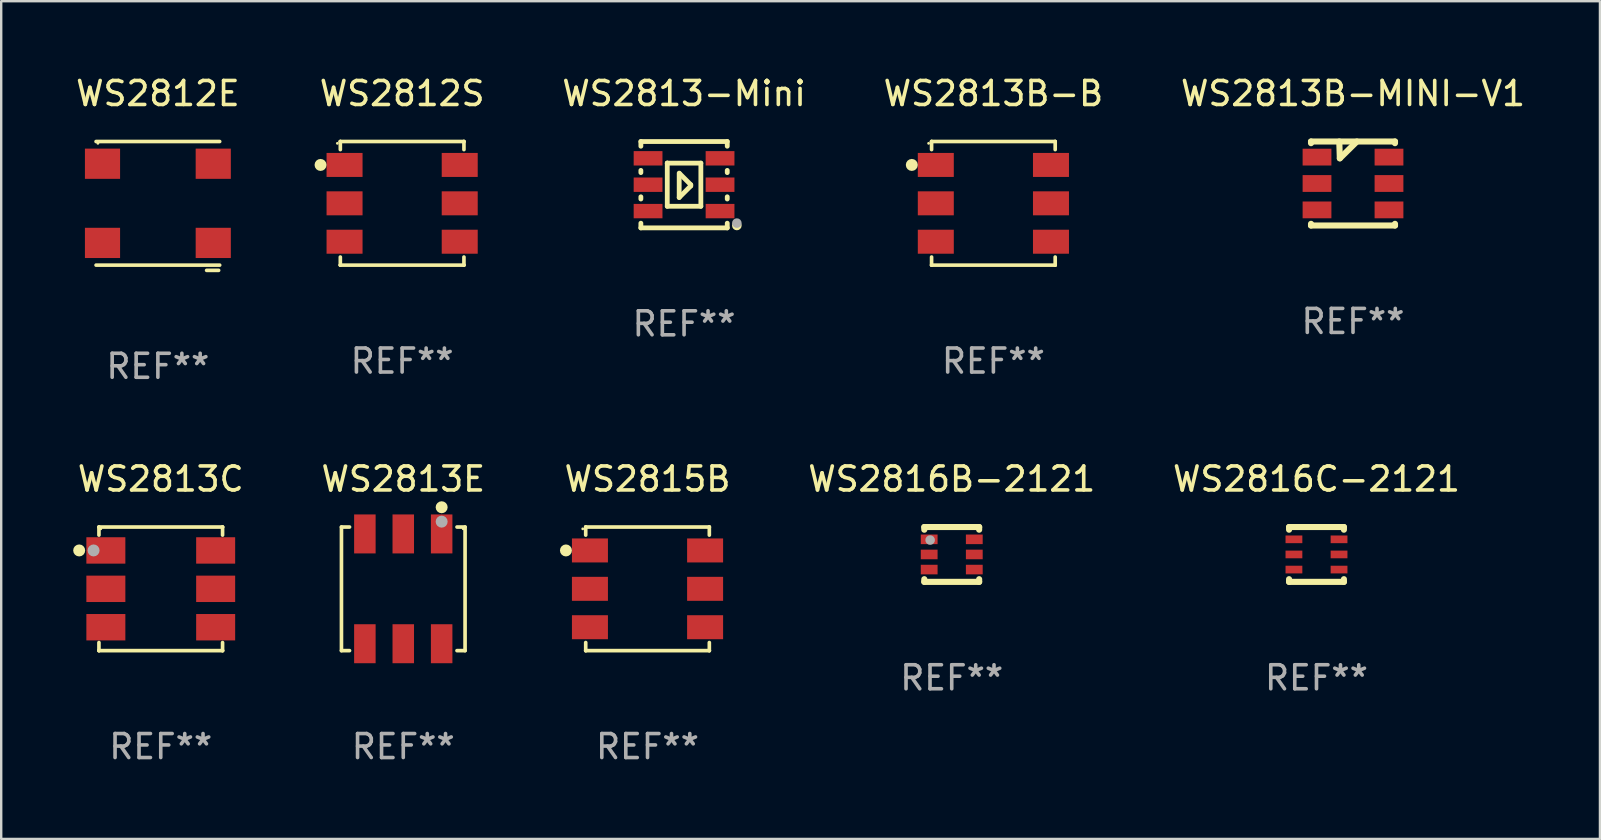
<source format=kicad_pcb>
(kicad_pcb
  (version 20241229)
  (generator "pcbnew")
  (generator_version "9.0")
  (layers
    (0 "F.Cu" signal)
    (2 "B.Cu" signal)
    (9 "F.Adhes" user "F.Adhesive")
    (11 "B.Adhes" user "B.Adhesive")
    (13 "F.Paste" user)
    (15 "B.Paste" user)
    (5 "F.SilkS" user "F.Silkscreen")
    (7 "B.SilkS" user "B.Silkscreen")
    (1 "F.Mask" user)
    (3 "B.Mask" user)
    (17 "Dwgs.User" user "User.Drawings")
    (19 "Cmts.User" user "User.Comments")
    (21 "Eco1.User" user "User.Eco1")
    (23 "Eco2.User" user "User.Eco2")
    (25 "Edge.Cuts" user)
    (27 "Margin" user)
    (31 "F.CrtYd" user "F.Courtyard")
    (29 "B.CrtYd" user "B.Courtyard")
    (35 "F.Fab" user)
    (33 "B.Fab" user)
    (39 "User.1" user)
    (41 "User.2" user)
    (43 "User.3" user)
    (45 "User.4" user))
  (footprint "WS2815B"
    (layer "F.Cu")
    (at 23.937 21.491)
    (property "Reference" "WS2815B" (at 0 -4.576 0) (layer "F.SilkS") (effects (font (size 1 1) (thickness 0.15))))
    (attr through_hole)
    (fp_line (start -2.576 -2.576) (end -2.576 -2.576) (stroke (width 0.152) (type solid)) (layer "F.SilkS"))
    (fp_line (start -2.576 -2.576) (end 2.576 -2.576) (stroke (width 0.152) (type solid)) (layer "F.SilkS"))
    (fp_line (start -2.576 -2.239) (end -2.576 -2.576) (stroke (width 0.152) (type solid)) (layer "F.SilkS"))
    (fp_line (start -2.576 2.239) (end -2.576 2.576) (stroke (width 0.152) (type solid)) (layer "F.SilkS"))
    (fp_line (start -2.576 2.576) (end -2.576 2.576) (stroke (width 0.152) (type solid)) (layer "F.SilkS"))
    (fp_line (start -2.576 2.576) (end 2.576 2.576) (stroke (width 0.152) (type solid)) (layer "F.SilkS"))
    (fp_line (start 2.576 -2.576) (end 2.576 -2.576) (stroke (width 0.152) (type solid)) (layer "F.SilkS"))
    (fp_line (start 2.576 -2.576) (end 2.576 -2.239) (stroke (width 0.152) (type solid)) (layer "F.SilkS"))
    (fp_line (start 2.576 2.576) (end 2.576 2.239) (stroke (width 0.152) (type solid)) (layer "F.SilkS"))
    (fp_line (start 2.576 2.576) (end 2.576 2.576) (stroke (width 0.152) (type solid)) (layer "F.SilkS"))
    (fp_circle (center -3.4 -1.6) (end -3.275 -1.6) (stroke (width 0.25) (type solid)) (fill no) (layer "F.SilkS"))
    (fp_circle (center -2.7 -2.5) (end -2.67 -2.5) (stroke (width 0.06) (type solid)) (fill no) (layer "F.SilkS"))
    (fp_text user "REF**" (at 0 6.576 0) (layer "F.Fab") (effects (font (size 1 1) (thickness 0.15))))
    (pad "1" smd rect (at -2.4 -1.6) (size 1.5 1) (layers "F.Cu" "F.Mask" "F.Paste"))
    (pad "2" smd rect (at -2.4 0) (size 1.5 1) (layers "F.Cu" "F.Mask" "F.Paste"))
    (pad "3" smd rect (at -2.4 1.6) (size 1.5 1) (layers "F.Cu" "F.Mask" "F.Paste"))
    (pad "4" smd rect (at 2.4 1.6) (size 1.5 1) (layers "F.Cu" "F.Mask" "F.Paste"))
    (pad "5" smd rect (at 2.4 0) (size 1.5 1) (layers "F.Cu" "F.Mask" "F.Paste"))
    (pad "6" smd rect (at 2.4 -1.6) (size 1.5 1) (layers "F.Cu" "F.Mask" "F.Paste")))
  (footprint "WS2813B-MINI-V1"
    (layer "F.Cu")
    (at 53.34 4.598)
    (property "Reference" "WS2813B-MINI-V1" (at 0 -3.75 0) (layer "F.SilkS") (effects (font (size 1 1) (thickness 0.15))))
    (attr through_hole)
    (fp_line (start -1.75 -1.681) (end -1.75 -1.75) (stroke (width 0.254) (type solid)) (layer "F.SilkS"))
    (fp_line (start -1.75 1.75) (end -1.75 1.681) (stroke (width 0.254) (type solid)) (layer "F.SilkS"))
    (fp_line (start -1.75 1.75) (end 1.75 1.75) (stroke (width 0.254) (type solid)) (layer "F.SilkS"))
    (fp_line (start -0.572 -1.75) (end -0.549 -1.049) (stroke (width 0.254) (type solid)) (layer "F.SilkS"))
    (fp_line (start -0.549 -1.049) (end 0.162 -1.75) (stroke (width 0.254) (type solid)) (layer "F.SilkS"))
    (fp_line (start 1.75 -1.75) (end -1.75 -1.75) (stroke (width 0.254) (type solid)) (layer "F.SilkS"))
    (fp_line (start 1.75 -1.75) (end 1.75 -1.681) (stroke (width 0.254) (type solid)) (layer "F.SilkS"))
    (fp_line (start 1.75 1.681) (end 1.75 1.75) (stroke (width 0.254) (type solid)) (layer "F.SilkS"))
    (fp_circle (center -1.75 -1.75) (end -1.72 -1.75) (stroke (width 0.06) (type solid)) (fill no) (layer "F.SilkS"))
    (fp_text user "REF**" (at 0 5.75 0) (layer "F.Fab") (effects (font (size 1 1) (thickness 0.15))))
    (pad "1" smd rect (at -1.5 -1.1) (size 1.2 0.7) (layers "F.Cu" "F.Mask" "F.Paste"))
    (pad "2" smd rect (at -1.5 0.000025) (size 1.2 0.7) (layers "F.Cu" "F.Mask" "F.Paste"))
    (pad "3" smd rect (at -1.5 1.1) (size 1.2 0.7) (layers "F.Cu" "F.Mask" "F.Paste"))
    (pad "4" smd rect (at 1.5 1.1) (size 1.2 0.7) (layers "F.Cu" "F.Mask" "F.Paste"))
    (pad "5" smd rect (at 1.5 0.000025) (size 1.2 0.7) (layers "F.Cu" "F.Mask" "F.Paste"))
    (pad "6" smd rect (at 1.5 -1.1) (size 1.2 0.7) (layers "F.Cu" "F.Mask" "F.Paste")))
  (footprint "WS2816B-2121"
    (layer "F.Cu")
    (at 36.616 20.058)
    (property "Reference" "WS2816B-2121" (at 0 -3.143 0) (layer "F.SilkS") (effects (font (size 1 1) (thickness 0.15))))
    (attr through_hole)
    (fp_line (start -1.143 -1.143) (end 1.143 -1.143) (stroke (width 0.254) (type solid)) (layer "F.SilkS"))
    (fp_line (start -1.143 -1.031) (end -1.143 -1.143) (stroke (width 0.254) (type solid)) (layer "F.SilkS"))
    (fp_line (start -1.143 1.143) (end -1.143 1.031) (stroke (width 0.254) (type solid)) (layer "F.SilkS"))
    (fp_line (start 1.143 -1.143) (end 1.143 -1.031) (stroke (width 0.254) (type solid)) (layer "F.SilkS"))
    (fp_line (start 1.143 1.031) (end 1.143 1.143) (stroke (width 0.254) (type solid)) (layer "F.SilkS"))
    (fp_line (start 1.143 1.143) (end -1.143 1.143) (stroke (width 0.254) (type solid)) (layer "F.SilkS"))
    (fp_circle (center -1.1 -1.1) (end -1.07 -1.1) (stroke (width 0.06) (type solid)) (fill no) (layer "F.SilkS"))
    (fp_circle (center -0.9 -0.6) (end -0.8 -0.6) (stroke (width 0.2) (type solid)) (fill no) (layer "F.Fab"))
    (fp_text user "REF**" (at 0 5.143 0) (layer "F.Fab") (effects (font (size 1 1) (thickness 0.15))))
    (pad "1" smd rect (at -0.94 -0.63 180) (size 0.7 0.4) (layers "F.Cu" "F.Mask" "F.Paste"))
    (pad "2" smd rect (at -0.94 0.000102 180) (size 0.7 0.4) (layers "F.Cu" "F.Mask" "F.Paste"))
    (pad "3" smd rect (at -0.94 0.63 180) (size 0.7 0.4) (layers "F.Cu" "F.Mask" "F.Paste"))
    (pad "4" smd rect (at 0.94 0.63 180) (size 0.7 0.4) (layers "F.Cu" "F.Mask" "F.Paste"))
    (pad "5" smd rect (at 0.94 0.000102 180) (size 0.7 0.4) (layers "F.Cu" "F.Mask" "F.Paste"))
    (pad "6" smd rect (at 0.94 -0.63 180) (size 0.7 0.4) (layers "F.Cu" "F.Mask" "F.Paste")))
  (footprint "WS2812E"
    (layer "F.Cu")
    (at 3.53 5.533)
    (property "Reference" "WS2812E" (at 0 -4.685 0) (layer "F.SilkS") (effects (font (size 1 1) (thickness 0.15))))
    (attr through_hole)
    (fp_line (start -2.576 -2.685) (end 2.576 -2.685) (stroke (width 0.152) (type solid)) (layer "F.SilkS"))
    (fp_line (start -2.576 2.467) (end 2.576 2.467) (stroke (width 0.152) (type solid)) (layer "F.SilkS"))
    (fp_line (start 2.032 2.685) (end 2.532 2.685) (stroke (width 0.152) (type solid)) (layer "F.SilkS"))
    (fp_circle (center -2.5 -2.609) (end -2.47 -2.609) (stroke (width 0.06) (type solid)) (fill no) (layer "F.SilkS"))
    (fp_text user "REF**" (at 0 6.685 0) (layer "F.Fab") (effects (font (size 1 1) (thickness 0.15))))
    (pad "1" smd rect (at 2.308 1.541) (size 1.465 1.26) (layers "F.Cu" "F.Mask" "F.Paste"))
    (pad "2" smd rect (at 2.308 -1.759) (size 1.465 1.26) (layers "F.Cu" "F.Mask" "F.Paste"))
    (pad "3" smd rect (at -2.308 -1.759) (size 1.465 1.26) (layers "F.Cu" "F.Mask" "F.Paste"))
    (pad "4" smd rect (at -2.308 1.541) (size 1.465 1.26) (layers "F.Cu" "F.Mask" "F.Paste")))
  (footprint "WS2813B-B"
    (layer "F.Cu")
    (at 38.352 5.424)
    (property "Reference" "WS2813B-B" (at 0 -4.576 0) (layer "F.SilkS") (effects (font (size 1 1) (thickness 0.15))))
    (attr through_hole)
    (fp_line (start -2.576 -2.576) (end -2.576 -2.576) (stroke (width 0.152) (type solid)) (layer "F.SilkS"))
    (fp_line (start -2.576 -2.576) (end 2.576 -2.576) (stroke (width 0.152) (type solid)) (layer "F.SilkS"))
    (fp_line (start -2.576 -2.239) (end -2.576 -2.576) (stroke (width 0.152) (type solid)) (layer "F.SilkS"))
    (fp_line (start -2.576 2.239) (end -2.576 2.576) (stroke (width 0.152) (type solid)) (layer "F.SilkS"))
    (fp_line (start -2.576 2.576) (end -2.576 2.576) (stroke (width 0.152) (type solid)) (layer "F.SilkS"))
    (fp_line (start -2.576 2.576) (end 2.576 2.576) (stroke (width 0.152) (type solid)) (layer "F.SilkS"))
    (fp_line (start 2.576 -2.576) (end 2.576 -2.576) (stroke (width 0.152) (type solid)) (layer "F.SilkS"))
    (fp_line (start 2.576 -2.576) (end 2.576 -2.239) (stroke (width 0.152) (type solid)) (layer "F.SilkS"))
    (fp_line (start 2.576 2.576) (end 2.576 2.239) (stroke (width 0.152) (type solid)) (layer "F.SilkS"))
    (fp_line (start 2.576 2.576) (end 2.576 2.576) (stroke (width 0.152) (type solid)) (layer "F.SilkS"))
    (fp_circle (center -3.4 -1.6) (end -3.275 -1.6) (stroke (width 0.25) (type solid)) (fill no) (layer "F.SilkS"))
    (fp_circle (center -2.7 -2.5) (end -2.67 -2.5) (stroke (width 0.06) (type solid)) (fill no) (layer "F.SilkS"))
    (fp_text user "REF**" (at 0 6.576 0) (layer "F.Fab") (effects (font (size 1 1) (thickness 0.15))))
    (pad "1" smd rect (at -2.4 -1.6) (size 1.5 1) (layers "F.Cu" "F.Mask" "F.Paste"))
    (pad "2" smd rect (at -2.4 0) (size 1.5 1) (layers "F.Cu" "F.Mask" "F.Paste"))
    (pad "3" smd rect (at -2.4 1.6) (size 1.5 1) (layers "F.Cu" "F.Mask" "F.Paste"))
    (pad "4" smd rect (at 2.4 1.6) (size 1.5 1) (layers "F.Cu" "F.Mask" "F.Paste"))
    (pad "5" smd rect (at 2.4 0) (size 1.5 1) (layers "F.Cu" "F.Mask" "F.Paste"))
    (pad "6" smd rect (at 2.4 -1.6) (size 1.5 1) (layers "F.Cu" "F.Mask" "F.Paste")))
  (footprint "WS2812S"
    (layer "F.Cu")
    (at 13.71 5.424)
    (property "Reference" "WS2812S" (at 0 -4.576 0) (layer "F.SilkS") (effects (font (size 1 1) (thickness 0.15))))
    (attr through_hole)
    (fp_line (start -2.576 -2.576) (end -2.576 -2.576) (stroke (width 0.152) (type solid)) (layer "F.SilkS"))
    (fp_line (start -2.576 -2.576) (end 2.576 -2.576) (stroke (width 0.152) (type solid)) (layer "F.SilkS"))
    (fp_line (start -2.576 -2.239) (end -2.576 -2.576) (stroke (width 0.152) (type solid)) (layer "F.SilkS"))
    (fp_line (start -2.576 2.239) (end -2.576 2.576) (stroke (width 0.152) (type solid)) (layer "F.SilkS"))
    (fp_line (start -2.576 2.576) (end -2.576 2.576) (stroke (width 0.152) (type solid)) (layer "F.SilkS"))
    (fp_line (start -2.576 2.576) (end 2.576 2.576) (stroke (width 0.152) (type solid)) (layer "F.SilkS"))
    (fp_line (start 2.576 -2.576) (end 2.576 -2.576) (stroke (width 0.152) (type solid)) (layer "F.SilkS"))
    (fp_line (start 2.576 -2.576) (end 2.576 -2.239) (stroke (width 0.152) (type solid)) (layer "F.SilkS"))
    (fp_line (start 2.576 2.576) (end 2.576 2.239) (stroke (width 0.152) (type solid)) (layer "F.SilkS"))
    (fp_line (start 2.576 2.576) (end 2.576 2.576) (stroke (width 0.152) (type solid)) (layer "F.SilkS"))
    (fp_circle (center -3.4 -1.6) (end -3.275 -1.6) (stroke (width 0.25) (type solid)) (fill no) (layer "F.SilkS"))
    (fp_circle (center -2.7 -2.5) (end -2.67 -2.5) (stroke (width 0.06) (type solid)) (fill no) (layer "F.SilkS"))
    (fp_text user "REF**" (at 0 6.576 0) (layer "F.Fab") (effects (font (size 1 1) (thickness 0.15))))
    (pad "1" smd rect (at -2.4 -1.6) (size 1.5 1) (layers "F.Cu" "F.Mask" "F.Paste"))
    (pad "2" smd rect (at -2.4 0) (size 1.5 1) (layers "F.Cu" "F.Mask" "F.Paste"))
    (pad "3" smd rect (at -2.4 1.6) (size 1.5 1) (layers "F.Cu" "F.Mask" "F.Paste"))
    (pad "4" smd rect (at 2.4 1.6) (size 1.5 1) (layers "F.Cu" "F.Mask" "F.Paste"))
    (pad "5" smd rect (at 2.4 0) (size 1.5 1) (layers "F.Cu" "F.Mask" "F.Paste"))
    (pad "6" smd rect (at 2.4 -1.6) (size 1.5 1) (layers "F.Cu" "F.Mask" "F.Paste")))
  (footprint "WS2813E"
    (layer "F.Cu")
    (at 13.757 21.491)
    (property "Reference" "WS2813E" (at 0 -4.576 0) (layer "F.SilkS") (effects (font (size 1 1) (thickness 0.15))))
    (attr through_hole)
    (fp_line (start -2.576 -2.576) (end -2.576 2.576) (stroke (width 0.152) (type solid)) (layer "F.SilkS"))
    (fp_line (start -2.576 2.576) (end -2.239 2.576) (stroke (width 0.152) (type solid)) (layer "F.SilkS"))
    (fp_line (start -2.239 -2.576) (end -2.576 -2.576) (stroke (width 0.152) (type solid)) (layer "F.SilkS"))
    (fp_line (start 2.239 -2.576) (end 2.576 -2.576) (stroke (width 0.152) (type solid)) (layer "F.SilkS"))
    (fp_line (start 2.576 -2.576) (end 2.576 2.576) (stroke (width 0.152) (type solid)) (layer "F.SilkS"))
    (fp_line (start 2.576 2.576) (end 2.239 2.576) (stroke (width 0.152) (type solid)) (layer "F.SilkS"))
    (fp_circle (center 1.6 -3.4) (end 1.725 -3.4) (stroke (width 0.25) (type solid)) (fill no) (layer "F.SilkS"))
    (fp_circle (center 2.5 -2.5) (end 2.53 -2.5) (stroke (width 0.06) (type solid)) (fill no) (layer "F.SilkS"))
    (fp_circle (center 1.6 -2.8) (end 1.725 -2.8) (stroke (width 0.25) (type solid)) (fill no) (layer "F.Fab"))
    (fp_text user "REF**" (at 0 6.576 0) (layer "F.Fab") (effects (font (size 1 1) (thickness 0.15))))
    (pad "1" smd rect (at 1.6 -2.288 270) (size 1.625 0.896) (layers "F.Cu" "F.Mask" "F.Paste"))
    (pad "2" smd rect (at 0.000076 -2.288 270) (size 1.625 0.896) (layers "F.Cu" "F.Mask" "F.Paste"))
    (pad "3" smd rect (at -1.6 -2.288 270) (size 1.625 0.896) (layers "F.Cu" "F.Mask" "F.Paste"))
    (pad "4" smd rect (at -1.6 2.288 270) (size 1.625 0.896) (layers "F.Cu" "F.Mask" "F.Paste"))
    (pad "5" smd rect (at 0.000076 2.288 270) (size 1.625 0.896) (layers "F.Cu" "F.Mask" "F.Paste"))
    (pad "6" smd rect (at 1.6 2.288 270) (size 1.625 0.896) (layers "F.Cu" "F.Mask" "F.Paste")))
  (footprint "WS2813C"
    (layer "F.Cu")
    (at 3.65 21.491)
    (property "Reference" "WS2813C" (at 0 -4.576 0) (layer "F.SilkS") (effects (font (size 1 1) (thickness 0.15))))
    (attr through_hole)
    (fp_line (start -2.576 -2.576) (end -2.576 -2.576) (stroke (width 0.152) (type solid)) (layer "F.SilkS"))
    (fp_line (start -2.576 -2.576) (end 2.576 -2.576) (stroke (width 0.152) (type solid)) (layer "F.SilkS"))
    (fp_line (start -2.576 -2.239) (end -2.576 -2.576) (stroke (width 0.152) (type solid)) (layer "F.SilkS"))
    (fp_line (start -2.576 2.239) (end -2.576 2.576) (stroke (width 0.152) (type solid)) (layer "F.SilkS"))
    (fp_line (start -2.576 2.576) (end -2.576 2.576) (stroke (width 0.152) (type solid)) (layer "F.SilkS"))
    (fp_line (start -2.576 2.576) (end 2.576 2.576) (stroke (width 0.152) (type solid)) (layer "F.SilkS"))
    (fp_line (start 2.576 -2.576) (end 2.576 -2.576) (stroke (width 0.152) (type solid)) (layer "F.SilkS"))
    (fp_line (start 2.576 -2.576) (end 2.576 -2.239) (stroke (width 0.152) (type solid)) (layer "F.SilkS"))
    (fp_line (start 2.576 2.576) (end 2.576 2.239) (stroke (width 0.152) (type solid)) (layer "F.SilkS"))
    (fp_line (start 2.576 2.576) (end 2.576 2.576) (stroke (width 0.152) (type solid)) (layer "F.SilkS"))
    (fp_circle (center -3.4 -1.6) (end -3.275 -1.6) (stroke (width 0.25) (type solid)) (fill no) (layer "F.SilkS"))
    (fp_circle (center -2.5 -2.5) (end -2.47 -2.5) (stroke (width 0.06) (type solid)) (fill no) (layer "F.SilkS"))
    (fp_circle (center -2.8 -1.6) (end -2.675 -1.6) (stroke (width 0.25) (type solid)) (fill no) (layer "F.Fab"))
    (fp_text user "REF**" (at 0 6.576 0) (layer "F.Fab") (effects (font (size 1 1) (thickness 0.15))))
    (pad "1" smd rect (at -2.288 -1.6) (size 1.625 1.1) (layers "F.Cu" "F.Mask" "F.Paste"))
    (pad "2" smd rect (at -2.288 0) (size 1.625 1.1) (layers "F.Cu" "F.Mask" "F.Paste"))
    (pad "3" smd rect (at -2.288 1.6) (size 1.625 1.1) (layers "F.Cu" "F.Mask" "F.Paste"))
    (pad "4" smd rect (at 2.288 1.6) (size 1.625 1.1) (layers "F.Cu" "F.Mask" "F.Paste"))
    (pad "5" smd rect (at 2.288 0) (size 1.625 1.1) (layers "F.Cu" "F.Mask" "F.Paste"))
    (pad "6" smd rect (at 2.288 -1.6) (size 1.625 1.1) (layers "F.Cu" "F.Mask" "F.Paste")))
  (footprint "WS2816C-2121"
    (layer "F.Cu")
    (at 51.818 20.058)
    (property "Reference" "WS2816C-2121" (at 0 -3.143 0) (layer "F.SilkS") (effects (font (size 1 1) (thickness 0.15))))
    (attr through_hole)
    (fp_line (start -1.143 -1.143) (end 1.143 -1.143) (stroke (width 0.254) (type solid)) (layer "F.SilkS"))
    (fp_line (start -1.143 -1.031) (end -1.143 -1.143) (stroke (width 0.254) (type solid)) (layer "F.SilkS"))
    (fp_line (start -1.143 1.143) (end -1.143 1.031) (stroke (width 0.254) (type solid)) (layer "F.SilkS"))
    (fp_line (start 1.143 -1.143) (end 1.143 -1.031) (stroke (width 0.254) (type solid)) (layer "F.SilkS"))
    (fp_line (start 1.143 1.031) (end 1.143 1.143) (stroke (width 0.254) (type solid)) (layer "F.SilkS"))
    (fp_line (start 1.143 1.143) (end -1.143 1.143) (stroke (width 0.254) (type solid)) (layer "F.SilkS"))
    (fp_circle (center -1.1 -1.1) (end -1.07 -1.1) (stroke (width 0.06) (type solid)) (fill no) (layer "F.SilkS"))
    (fp_text user "REF**" (at 0 5.143 0) (layer "F.Fab") (effects (font (size 1 1) (thickness 0.15))))
    (pad "1" smd rect (at -0.94 -0.63 180) (size 0.7 0.32) (layers "F.Cu" "F.Mask" "F.Paste"))
    (pad "2" smd rect (at -0.94 0.000152 180) (size 0.7 0.32) (layers "F.Cu" "F.Mask" "F.Paste"))
    (pad "3" smd rect (at -0.94 0.63 180) (size 0.7 0.32) (layers "F.Cu" "F.Mask" "F.Paste"))
    (pad "4" smd rect (at 0.94 0.63 180) (size 0.7 0.32) (layers "F.Cu" "F.Mask" "F.Paste"))
    (pad "5" smd rect (at 0.94 -0.000102 180) (size 0.7 0.32) (layers "F.Cu" "F.Mask" "F.Paste"))
    (pad "6" smd rect (at 0.94 -0.63 180) (size 0.7 0.32) (layers "F.Cu" "F.Mask" "F.Paste")))
  (footprint "WS2813-Mini"
    (layer "F.Cu")
    (at 25.46 4.648)
    (property "Reference" "WS2813-Mini" (at 0 -3.8 0) (layer "F.SilkS") (effects (font (size 1 1) (thickness 0.15))))
    (attr through_hole)
    (fp_line (start -1.8 -1.8) (end -1.8 -1.604) (stroke (width 0.2) (type solid)) (layer "F.SilkS"))
    (fp_line (start -1.8 -1.8) (end 1.8 -1.8) (stroke (width 0.2) (type solid)) (layer "F.SilkS"))
    (fp_line (start -1.8 -0.596) (end -1.8 -0.504) (stroke (width 0.2) (type solid)) (layer "F.SilkS"))
    (fp_line (start -1.8 0.504) (end -1.8 0.596) (stroke (width 0.2) (type solid)) (layer "F.SilkS"))
    (fp_line (start -1.8 1.604) (end -1.8 1.8) (stroke (width 0.2) (type solid)) (layer "F.SilkS"))
    (fp_line (start -0.7 -0.9) (end 0.7 -0.9) (stroke (width 0.2) (type solid)) (layer "F.SilkS"))
    (fp_line (start -0.7 -0.9) (end -0.7 -0.9) (stroke (width 0.2) (type solid)) (layer "F.SilkS"))
    (fp_line (start -0.7 0.9) (end -0.7 -0.9) (stroke (width 0.2) (type solid)) (layer "F.SilkS"))
    (fp_line (start -0.203 0.533) (end -0.203 -0.483) (stroke (width 0.2) (type solid)) (layer "F.SilkS"))
    (fp_line (start -0.178 -0.457) (end 0.279 0) (stroke (width 0.2) (type solid)) (layer "F.SilkS"))
    (fp_line (start 0.279 0) (end 0.279 0.051) (stroke (width 0.2) (type solid)) (layer "F.SilkS"))
    (fp_line (start 0.279 0.051) (end -0.203 0.533) (stroke (width 0.2) (type solid)) (layer "F.SilkS"))
    (fp_line (start 0.7 -0.9) (end 0.7 0.9) (stroke (width 0.2) (type solid)) (layer "F.SilkS"))
    (fp_line (start 0.7 0.9) (end -0.7 0.9) (stroke (width 0.2) (type solid)) (layer "F.SilkS"))
    (fp_line (start 1.8 -1.8) (end 1.8 -1.604) (stroke (width 0.2) (type solid)) (layer "F.SilkS"))
    (fp_line (start 1.8 -0.596) (end 1.8 -0.504) (stroke (width 0.2) (type solid)) (layer "F.SilkS"))
    (fp_line (start 1.8 0.504) (end 1.8 0.596) (stroke (width 0.2) (type solid)) (layer "F.SilkS"))
    (fp_line (start 1.8 1.604) (end 1.8 1.8) (stroke (width 0.2) (type solid)) (layer "F.SilkS"))
    (fp_line (start 1.8 1.8) (end -1.8 1.8) (stroke (width 0.2) (type solid)) (layer "F.SilkS"))
    (fp_circle (center 1.75 1.75) (end 1.78 1.75) (stroke (width 0.06) (type solid)) (fill no) (layer "F.SilkS"))
    (fp_circle (center 2.2 1.7) (end 2.3 1.7) (stroke (width 0.2) (type solid)) (fill no) (layer "F.SilkS"))
    (fp_circle (center 2.2 1.6) (end 2.3 1.6) (stroke (width 0.2) (type solid)) (fill no) (layer "F.Fab"))
    (fp_text user "REF**" (at 0 5.8 0) (layer "F.Fab") (effects (font (size 1 1) (thickness 0.15))))
    (pad "1" smd rect (at 1.5 1.1 270) (size 0.6 1.2) (layers "F.Cu" "F.Mask" "F.Paste"))
    (pad "2" smd rect (at 1.5 0 90) (size 0.6 1.2) (layers "F.Cu" "F.Mask" "F.Paste"))
    (pad "3" smd rect (at 1.5 -1.1 90) (size 0.6 1.2) (layers "F.Cu" "F.Mask" "F.Paste"))
    (pad "4" smd rect (at -1.5 -1.1 90) (size 0.6 1.2) (layers "F.Cu" "F.Mask" "F.Paste"))
    (pad "5" smd rect (at -1.5 0.000254 90) (size 0.6 1.2) (layers "F.Cu" "F.Mask" "F.Paste"))
    (pad "6" smd rect (at -1.5 1.1 90) (size 0.6 1.2) (layers "F.Cu" "F.Mask" "F.Paste")))
  (gr_rect
    (start -3 -3)
    (end 63.632 31.916)
    (stroke (width 0.1) (type default))
    (fill no)
    (layer "Edge.Cuts")))
</source>
